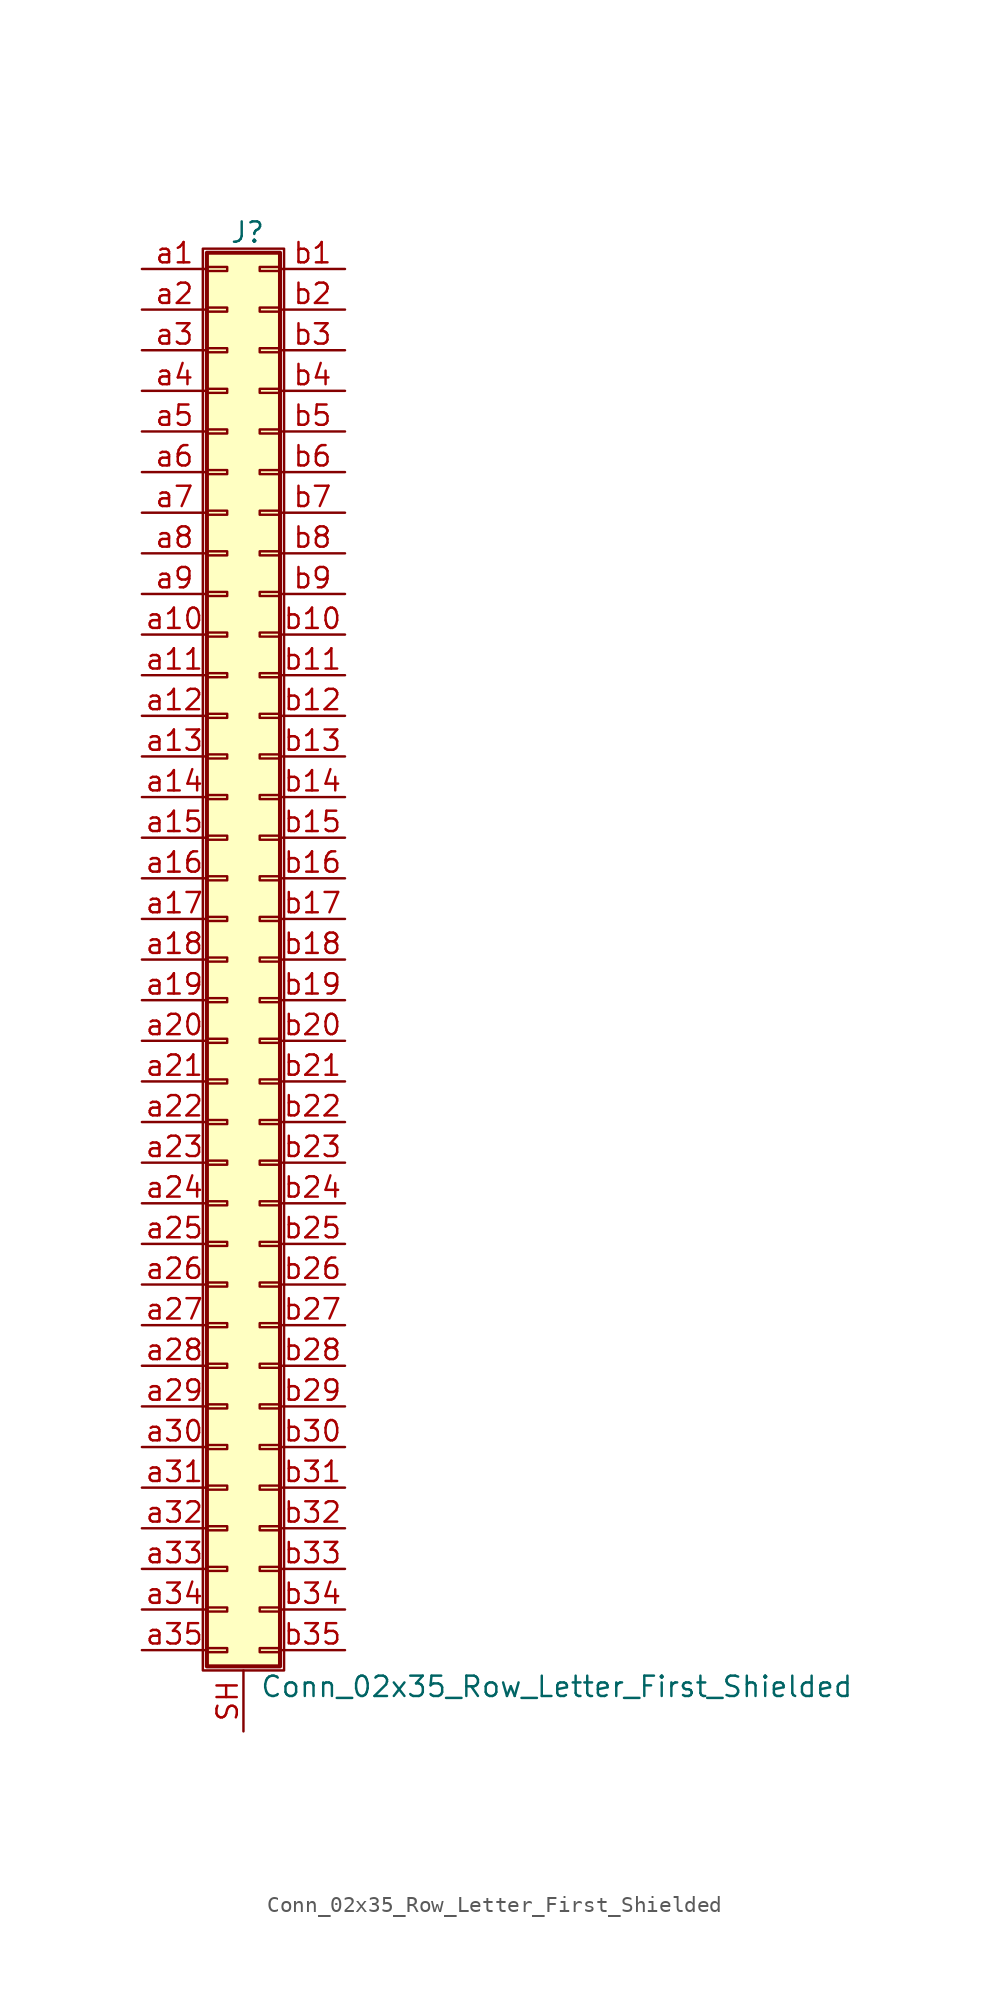
<source format=kicad_sym>
(kicad_symbol_lib
  (version 20211014)
  (generator kicad_symbol_editor)
  (symbol "Conn_02x35_Row_Letter_First_Shielded"
    (pin_names
      (offset 1.016) hide)
    (property "Reference" "J"
      (at 1.524 45.466 0)
      (effects (font (size 1.27 1.27))))
    (property "Value" "Conn_02x35_Row_Letter_First_Shielded"
      (at 2.286 -45.466 0)
      (effects (font (size 1.27 1.27)) (justify left)))
    (symbol "Conn_02x35_Row_Letter_First_Shielded_1_1"
      (rectangle (start -1.27 44.45) (end 3.81 -44.45) (stroke (width 0.152) (type default) (color 0 0 0 0)) (fill (type none)))
      (rectangle (start -1.016 -43.053) (end 0.254 -43.307) (stroke (width 0.152) (type default) (color 0 0 0 0)) (fill (type none)))
      (rectangle (start -1.016 -40.513) (end 0.254 -40.767) (stroke (width 0.152) (type default) (color 0 0 0 0)) (fill (type none)))
      (rectangle (start -1.016 -37.973) (end 0.254 -38.227) (stroke (width 0.152) (type default) (color 0 0 0 0)) (fill (type none)))
      (rectangle (start -1.016 -35.433) (end 0.254 -35.687) (stroke (width 0.152) (type default) (color 0 0 0 0)) (fill (type none)))
      (rectangle (start -1.016 -32.893) (end 0.254 -33.147) (stroke (width 0.152) (type default) (color 0 0 0 0)) (fill (type none)))
      (rectangle (start -1.016 -30.353) (end 0.254 -30.607) (stroke (width 0.152) (type default) (color 0 0 0 0)) (fill (type none)))
      (rectangle (start -1.016 -27.813) (end 0.254 -28.067) (stroke (width 0.152) (type default) (color 0 0 0 0)) (fill (type none)))
      (rectangle (start -1.016 -25.273) (end 0.254 -25.527) (stroke (width 0.152) (type default) (color 0 0 0 0)) (fill (type none)))
      (rectangle (start -1.016 -22.733) (end 0.254 -22.987) (stroke (width 0.152) (type default) (color 0 0 0 0)) (fill (type none)))
      (rectangle (start -1.016 -20.193) (end 0.254 -20.447) (stroke (width 0.152) (type default) (color 0 0 0 0)) (fill (type none)))
      (rectangle (start -1.016 -17.653) (end 0.254 -17.907) (stroke (width 0.152) (type default) (color 0 0 0 0)) (fill (type none)))
      (rectangle (start -1.016 -15.113) (end 0.254 -15.367) (stroke (width 0.152) (type default) (color 0 0 0 0)) (fill (type none)))
      (rectangle (start -1.016 -12.573) (end 0.254 -12.827) (stroke (width 0.152) (type default) (color 0 0 0 0)) (fill (type none)))
      (rectangle (start -1.016 -10.033) (end 0.254 -10.287) (stroke (width 0.152) (type default) (color 0 0 0 0)) (fill (type none)))
      (rectangle (start -1.016 -7.493) (end 0.254 -7.747) (stroke (width 0.152) (type default) (color 0 0 0 0)) (fill (type none)))
      (rectangle (start -1.016 -4.953) (end 0.254 -5.207) (stroke (width 0.152) (type default) (color 0 0 0 0)) (fill (type none)))
      (rectangle (start -1.016 -2.413) (end 0.254 -2.667) (stroke (width 0.152) (type default) (color 0 0 0 0)) (fill (type none)))
      (rectangle (start -1.016 0.127) (end 0.254 -0.127) (stroke (width 0.152) (type default) (color 0 0 0 0)) (fill (type none)))
      (rectangle (start -1.016 2.667) (end 0.254 2.413) (stroke (width 0.152) (type default) (color 0 0 0 0)) (fill (type none)))
      (rectangle (start -1.016 5.207) (end 0.254 4.953) (stroke (width 0.152) (type default) (color 0 0 0 0)) (fill (type none)))
      (rectangle (start -1.016 7.747) (end 0.254 7.493) (stroke (width 0.152) (type default) (color 0 0 0 0)) (fill (type none)))
      (rectangle (start -1.016 10.287) (end 0.254 10.033) (stroke (width 0.152) (type default) (color 0 0 0 0)) (fill (type none)))
      (rectangle (start -1.016 12.827) (end 0.254 12.573) (stroke (width 0.152) (type default) (color 0 0 0 0)) (fill (type none)))
      (rectangle (start -1.016 15.367) (end 0.254 15.113) (stroke (width 0.152) (type default) (color 0 0 0 0)) (fill (type none)))
      (rectangle (start -1.016 17.907) (end 0.254 17.653) (stroke (width 0.152) (type default) (color 0 0 0 0)) (fill (type none)))
      (rectangle (start -1.016 20.447) (end 0.254 20.193) (stroke (width 0.152) (type default) (color 0 0 0 0)) (fill (type none)))
      (rectangle (start -1.016 22.987) (end 0.254 22.733) (stroke (width 0.152) (type default) (color 0 0 0 0)) (fill (type none)))
      (rectangle (start -1.016 25.527) (end 0.254 25.273) (stroke (width 0.152) (type default) (color 0 0 0 0)) (fill (type none)))
      (rectangle (start -1.016 28.067) (end 0.254 27.813) (stroke (width 0.152) (type default) (color 0 0 0 0)) (fill (type none)))
      (rectangle (start -1.016 30.607) (end 0.254 30.353) (stroke (width 0.152) (type default) (color 0 0 0 0)) (fill (type none)))
      (rectangle (start -1.016 33.147) (end 0.254 32.893) (stroke (width 0.152) (type default) (color 0 0 0 0)) (fill (type none)))
      (rectangle (start -1.016 35.687) (end 0.254 35.433) (stroke (width 0.152) (type default) (color 0 0 0 0)) (fill (type none)))
      (rectangle (start -1.016 38.227) (end 0.254 37.973) (stroke (width 0.152) (type default) (color 0 0 0 0)) (fill (type none)))
      (rectangle (start -1.016 40.767) (end 0.254 40.513) (stroke (width 0.152) (type default) (color 0 0 0 0)) (fill (type none)))
      (rectangle (start -1.016 43.307) (end 0.254 43.053) (stroke (width 0.152) (type default) (color 0 0 0 0)) (fill (type none)))
      (rectangle (start -1.016 44.196) (end 3.556 -44.196) (stroke (width 0.254) (type default) (color 0 0 0 0)) (fill (type background)))
      (rectangle (start 3.556 -43.053) (end 2.286 -43.307) (stroke (width 0.152) (type default) (color 0 0 0 0)) (fill (type none)))
      (rectangle (start 3.556 -40.513) (end 2.286 -40.767) (stroke (width 0.152) (type default) (color 0 0 0 0)) (fill (type none)))
      (rectangle (start 3.556 -37.973) (end 2.286 -38.227) (stroke (width 0.152) (type default) (color 0 0 0 0)) (fill (type none)))
      (rectangle (start 3.556 -35.433) (end 2.286 -35.687) (stroke (width 0.152) (type default) (color 0 0 0 0)) (fill (type none)))
      (rectangle (start 3.556 -32.893) (end 2.286 -33.147) (stroke (width 0.152) (type default) (color 0 0 0 0)) (fill (type none)))
      (rectangle (start 3.556 -30.353) (end 2.286 -30.607) (stroke (width 0.152) (type default) (color 0 0 0 0)) (fill (type none)))
      (rectangle (start 3.556 -27.813) (end 2.286 -28.067) (stroke (width 0.152) (type default) (color 0 0 0 0)) (fill (type none)))
      (rectangle (start 3.556 -25.273) (end 2.286 -25.527) (stroke (width 0.152) (type default) (color 0 0 0 0)) (fill (type none)))
      (rectangle (start 3.556 -22.733) (end 2.286 -22.987) (stroke (width 0.152) (type default) (color 0 0 0 0)) (fill (type none)))
      (rectangle (start 3.556 -20.193) (end 2.286 -20.447) (stroke (width 0.152) (type default) (color 0 0 0 0)) (fill (type none)))
      (rectangle (start 3.556 -17.653) (end 2.286 -17.907) (stroke (width 0.152) (type default) (color 0 0 0 0)) (fill (type none)))
      (rectangle (start 3.556 -15.113) (end 2.286 -15.367) (stroke (width 0.152) (type default) (color 0 0 0 0)) (fill (type none)))
      (rectangle (start 3.556 -12.573) (end 2.286 -12.827) (stroke (width 0.152) (type default) (color 0 0 0 0)) (fill (type none)))
      (rectangle (start 3.556 -10.033) (end 2.286 -10.287) (stroke (width 0.152) (type default) (color 0 0 0 0)) (fill (type none)))
      (rectangle (start 3.556 -7.493) (end 2.286 -7.747) (stroke (width 0.152) (type default) (color 0 0 0 0)) (fill (type none)))
      (rectangle (start 3.556 -4.953) (end 2.286 -5.207) (stroke (width 0.152) (type default) (color 0 0 0 0)) (fill (type none)))
      (rectangle (start 3.556 -2.413) (end 2.286 -2.667) (stroke (width 0.152) (type default) (color 0 0 0 0)) (fill (type none)))
      (rectangle (start 3.556 0.127) (end 2.286 -0.127) (stroke (width 0.152) (type default) (color 0 0 0 0)) (fill (type none)))
      (rectangle (start 3.556 2.667) (end 2.286 2.413) (stroke (width 0.152) (type default) (color 0 0 0 0)) (fill (type none)))
      (rectangle (start 3.556 5.207) (end 2.286 4.953) (stroke (width 0.152) (type default) (color 0 0 0 0)) (fill (type none)))
      (rectangle (start 3.556 7.747) (end 2.286 7.493) (stroke (width 0.152) (type default) (color 0 0 0 0)) (fill (type none)))
      (rectangle (start 3.556 10.287) (end 2.286 10.033) (stroke (width 0.152) (type default) (color 0 0 0 0)) (fill (type none)))
      (rectangle (start 3.556 12.827) (end 2.286 12.573) (stroke (width 0.152) (type default) (color 0 0 0 0)) (fill (type none)))
      (rectangle (start 3.556 15.367) (end 2.286 15.113) (stroke (width 0.152) (type default) (color 0 0 0 0)) (fill (type none)))
      (rectangle (start 3.556 17.907) (end 2.286 17.653) (stroke (width 0.152) (type default) (color 0 0 0 0)) (fill (type none)))
      (rectangle (start 3.556 20.447) (end 2.286 20.193) (stroke (width 0.152) (type default) (color 0 0 0 0)) (fill (type none)))
      (rectangle (start 3.556 22.987) (end 2.286 22.733) (stroke (width 0.152) (type default) (color 0 0 0 0)) (fill (type none)))
      (rectangle (start 3.556 25.527) (end 2.286 25.273) (stroke (width 0.152) (type default) (color 0 0 0 0)) (fill (type none)))
      (rectangle (start 3.556 28.067) (end 2.286 27.813) (stroke (width 0.152) (type default) (color 0 0 0 0)) (fill (type none)))
      (rectangle (start 3.556 30.607) (end 2.286 30.353) (stroke (width 0.152) (type default) (color 0 0 0 0)) (fill (type none)))
      (rectangle (start 3.556 33.147) (end 2.286 32.893) (stroke (width 0.152) (type default) (color 0 0 0 0)) (fill (type none)))
      (rectangle (start 3.556 35.687) (end 2.286 35.433) (stroke (width 0.152) (type default) (color 0 0 0 0)) (fill (type none)))
      (rectangle (start 3.556 38.227) (end 2.286 37.973) (stroke (width 0.152) (type default) (color 0 0 0 0)) (fill (type none)))
      (rectangle (start 3.556 40.767) (end 2.286 40.513) (stroke (width 0.152) (type default) (color 0 0 0 0)) (fill (type none)))
      (rectangle (start 3.556 43.307) (end 2.286 43.053) (stroke (width 0.152) (type default) (color 0 0 0 0)) (fill (type none)))
      (pin passive line (at 1.27 -48.26 90) (length 3.81) (name "Shield" (effects (font (size 1.27 1.27)))) (number "SH" (effects (font (size 1.27 1.27)))))
      (pin passive line (at -5.08 43.18 0) (length 4.064) (name "Pin_a1" (effects (font (size 1.27 1.27)))) (number "a1" (effects (font (size 1.27 1.27)))))
      (pin passive line (at -5.08 20.32 0) (length 4.064) (name "Pin_a10" (effects (font (size 1.27 1.27)))) (number "a10" (effects (font (size 1.27 1.27)))))
      (pin passive line (at -5.08 17.78 0) (length 4.064) (name "Pin_a11" (effects (font (size 1.27 1.27)))) (number "a11" (effects (font (size 1.27 1.27)))))
      (pin passive line (at -5.08 15.24 0) (length 4.064) (name "Pin_a12" (effects (font (size 1.27 1.27)))) (number "a12" (effects (font (size 1.27 1.27)))))
      (pin passive line (at -5.08 12.7 0) (length 4.064) (name "Pin_a13" (effects (font (size 1.27 1.27)))) (number "a13" (effects (font (size 1.27 1.27)))))
      (pin passive line (at -5.08 10.16 0) (length 4.064) (name "Pin_a14" (effects (font (size 1.27 1.27)))) (number "a14" (effects (font (size 1.27 1.27)))))
      (pin passive line (at -5.08 7.62 0) (length 4.064) (name "Pin_a15" (effects (font (size 1.27 1.27)))) (number "a15" (effects (font (size 1.27 1.27)))))
      (pin passive line (at -5.08 5.08 0) (length 4.064) (name "Pin_a16" (effects (font (size 1.27 1.27)))) (number "a16" (effects (font (size 1.27 1.27)))))
      (pin passive line (at -5.08 2.54 0) (length 4.064) (name "Pin_a17" (effects (font (size 1.27 1.27)))) (number "a17" (effects (font (size 1.27 1.27)))))
      (pin passive line (at -5.08 0 0) (length 4.064) (name "Pin_a18" (effects (font (size 1.27 1.27)))) (number "a18" (effects (font (size 1.27 1.27)))))
      (pin passive line (at -5.08 -2.54 0) (length 4.064) (name "Pin_a19" (effects (font (size 1.27 1.27)))) (number "a19" (effects (font (size 1.27 1.27)))))
      (pin passive line (at -5.08 40.64 0) (length 4.064) (name "Pin_a2" (effects (font (size 1.27 1.27)))) (number "a2" (effects (font (size 1.27 1.27)))))
      (pin passive line (at -5.08 -5.08 0) (length 4.064) (name "Pin_a20" (effects (font (size 1.27 1.27)))) (number "a20" (effects (font (size 1.27 1.27)))))
      (pin passive line (at -5.08 -7.62 0) (length 4.064) (name "Pin_a21" (effects (font (size 1.27 1.27)))) (number "a21" (effects (font (size 1.27 1.27)))))
      (pin passive line (at -5.08 -10.16 0) (length 4.064) (name "Pin_a22" (effects (font (size 1.27 1.27)))) (number "a22" (effects (font (size 1.27 1.27)))))
      (pin passive line (at -5.08 -12.7 0) (length 4.064) (name "Pin_a23" (effects (font (size 1.27 1.27)))) (number "a23" (effects (font (size 1.27 1.27)))))
      (pin passive line (at -5.08 -15.24 0) (length 4.064) (name "Pin_a24" (effects (font (size 1.27 1.27)))) (number "a24" (effects (font (size 1.27 1.27)))))
      (pin passive line (at -5.08 -17.78 0) (length 4.064) (name "Pin_a25" (effects (font (size 1.27 1.27)))) (number "a25" (effects (font (size 1.27 1.27)))))
      (pin passive line (at -5.08 -20.32 0) (length 4.064) (name "Pin_a26" (effects (font (size 1.27 1.27)))) (number "a26" (effects (font (size 1.27 1.27)))))
      (pin passive line (at -5.08 -22.86 0) (length 4.064) (name "Pin_a27" (effects (font (size 1.27 1.27)))) (number "a27" (effects (font (size 1.27 1.27)))))
      (pin passive line (at -5.08 -25.4 0) (length 4.064) (name "Pin_a28" (effects (font (size 1.27 1.27)))) (number "a28" (effects (font (size 1.27 1.27)))))
      (pin passive line (at -5.08 -27.94 0) (length 4.064) (name "Pin_a29" (effects (font (size 1.27 1.27)))) (number "a29" (effects (font (size 1.27 1.27)))))
      (pin passive line (at -5.08 38.1 0) (length 4.064) (name "Pin_a3" (effects (font (size 1.27 1.27)))) (number "a3" (effects (font (size 1.27 1.27)))))
      (pin passive line (at -5.08 -30.48 0) (length 4.064) (name "Pin_a30" (effects (font (size 1.27 1.27)))) (number "a30" (effects (font (size 1.27 1.27)))))
      (pin passive line (at -5.08 -33.02 0) (length 4.064) (name "Pin_a31" (effects (font (size 1.27 1.27)))) (number "a31" (effects (font (size 1.27 1.27)))))
      (pin passive line (at -5.08 -35.56 0) (length 4.064) (name "Pin_a32" (effects (font (size 1.27 1.27)))) (number "a32" (effects (font (size 1.27 1.27)))))
      (pin passive line (at -5.08 -38.1 0) (length 4.064) (name "Pin_a33" (effects (font (size 1.27 1.27)))) (number "a33" (effects (font (size 1.27 1.27)))))
      (pin passive line (at -5.08 -40.64 0) (length 4.064) (name "Pin_a34" (effects (font (size 1.27 1.27)))) (number "a34" (effects (font (size 1.27 1.27)))))
      (pin passive line (at -5.08 -43.18 0) (length 4.064) (name "Pin_a35" (effects (font (size 1.27 1.27)))) (number "a35" (effects (font (size 1.27 1.27)))))
      (pin passive line (at -5.08 35.56 0) (length 4.064) (name "Pin_a4" (effects (font (size 1.27 1.27)))) (number "a4" (effects (font (size 1.27 1.27)))))
      (pin passive line (at -5.08 33.02 0) (length 4.064) (name "Pin_a5" (effects (font (size 1.27 1.27)))) (number "a5" (effects (font (size 1.27 1.27)))))
      (pin passive line (at -5.08 30.48 0) (length 4.064) (name "Pin_a6" (effects (font (size 1.27 1.27)))) (number "a6" (effects (font (size 1.27 1.27)))))
      (pin passive line (at -5.08 27.94 0) (length 4.064) (name "Pin_a7" (effects (font (size 1.27 1.27)))) (number "a7" (effects (font (size 1.27 1.27)))))
      (pin passive line (at -5.08 25.4 0) (length 4.064) (name "Pin_a8" (effects (font (size 1.27 1.27)))) (number "a8" (effects (font (size 1.27 1.27)))))
      (pin passive line (at -5.08 22.86 0) (length 4.064) (name "Pin_a9" (effects (font (size 1.27 1.27)))) (number "a9" (effects (font (size 1.27 1.27)))))
      (pin passive line (at 7.62 43.18 180) (length 4.064) (name "Pin_b1" (effects (font (size 1.27 1.27)))) (number "b1" (effects (font (size 1.27 1.27)))))
      (pin passive line (at 7.62 20.32 180) (length 4.064) (name "Pin_b10" (effects (font (size 1.27 1.27)))) (number "b10" (effects (font (size 1.27 1.27)))))
      (pin passive line (at 7.62 17.78 180) (length 4.064) (name "Pin_b11" (effects (font (size 1.27 1.27)))) (number "b11" (effects (font (size 1.27 1.27)))))
      (pin passive line (at 7.62 15.24 180) (length 4.064) (name "Pin_b12" (effects (font (size 1.27 1.27)))) (number "b12" (effects (font (size 1.27 1.27)))))
      (pin passive line (at 7.62 12.7 180) (length 4.064) (name "Pin_b13" (effects (font (size 1.27 1.27)))) (number "b13" (effects (font (size 1.27 1.27)))))
      (pin passive line (at 7.62 10.16 180) (length 4.064) (name "Pin_b14" (effects (font (size 1.27 1.27)))) (number "b14" (effects (font (size 1.27 1.27)))))
      (pin passive line (at 7.62 7.62 180) (length 4.064) (name "Pin_b15" (effects (font (size 1.27 1.27)))) (number "b15" (effects (font (size 1.27 1.27)))))
      (pin passive line (at 7.62 5.08 180) (length 4.064) (name "Pin_b16" (effects (font (size 1.27 1.27)))) (number "b16" (effects (font (size 1.27 1.27)))))
      (pin passive line (at 7.62 2.54 180) (length 4.064) (name "Pin_b17" (effects (font (size 1.27 1.27)))) (number "b17" (effects (font (size 1.27 1.27)))))
      (pin passive line (at 7.62 0 180) (length 4.064) (name "Pin_b18" (effects (font (size 1.27 1.27)))) (number "b18" (effects (font (size 1.27 1.27)))))
      (pin passive line (at 7.62 -2.54 180) (length 4.064) (name "Pin_b19" (effects (font (size 1.27 1.27)))) (number "b19" (effects (font (size 1.27 1.27)))))
      (pin passive line (at 7.62 40.64 180) (length 4.064) (name "Pin_b2" (effects (font (size 1.27 1.27)))) (number "b2" (effects (font (size 1.27 1.27)))))
      (pin passive line (at 7.62 -5.08 180) (length 4.064) (name "Pin_b20" (effects (font (size 1.27 1.27)))) (number "b20" (effects (font (size 1.27 1.27)))))
      (pin passive line (at 7.62 -7.62 180) (length 4.064) (name "Pin_b21" (effects (font (size 1.27 1.27)))) (number "b21" (effects (font (size 1.27 1.27)))))
      (pin passive line (at 7.62 -10.16 180) (length 4.064) (name "Pin_b22" (effects (font (size 1.27 1.27)))) (number "b22" (effects (font (size 1.27 1.27)))))
      (pin passive line (at 7.62 -12.7 180) (length 4.064) (name "Pin_b23" (effects (font (size 1.27 1.27)))) (number "b23" (effects (font (size 1.27 1.27)))))
      (pin passive line (at 7.62 -15.24 180) (length 4.064) (name "Pin_b24" (effects (font (size 1.27 1.27)))) (number "b24" (effects (font (size 1.27 1.27)))))
      (pin passive line (at 7.62 -17.78 180) (length 4.064) (name "Pin_b25" (effects (font (size 1.27 1.27)))) (number "b25" (effects (font (size 1.27 1.27)))))
      (pin passive line (at 7.62 -20.32 180) (length 4.064) (name "Pin_b26" (effects (font (size 1.27 1.27)))) (number "b26" (effects (font (size 1.27 1.27)))))
      (pin passive line (at 7.62 -22.86 180) (length 4.064) (name "Pin_b27" (effects (font (size 1.27 1.27)))) (number "b27" (effects (font (size 1.27 1.27)))))
      (pin passive line (at 7.62 -25.4 180) (length 4.064) (name "Pin_b28" (effects (font (size 1.27 1.27)))) (number "b28" (effects (font (size 1.27 1.27)))))
      (pin passive line (at 7.62 -27.94 180) (length 4.064) (name "Pin_b29" (effects (font (size 1.27 1.27)))) (number "b29" (effects (font (size 1.27 1.27)))))
      (pin passive line (at 7.62 38.1 180) (length 4.064) (name "Pin_b3" (effects (font (size 1.27 1.27)))) (number "b3" (effects (font (size 1.27 1.27)))))
      (pin passive line (at 7.62 -30.48 180) (length 4.064) (name "Pin_b30" (effects (font (size 1.27 1.27)))) (number "b30" (effects (font (size 1.27 1.27)))))
      (pin passive line (at 7.62 -33.02 180) (length 4.064) (name "Pin_b31" (effects (font (size 1.27 1.27)))) (number "b31" (effects (font (size 1.27 1.27)))))
      (pin passive line (at 7.62 -35.56 180) (length 4.064) (name "Pin_b32" (effects (font (size 1.27 1.27)))) (number "b32" (effects (font (size 1.27 1.27)))))
      (pin passive line (at 7.62 -38.1 180) (length 4.064) (name "Pin_b33" (effects (font (size 1.27 1.27)))) (number "b33" (effects (font (size 1.27 1.27)))))
      (pin passive line (at 7.62 -40.64 180) (length 4.064) (name "Pin_b34" (effects (font (size 1.27 1.27)))) (number "b34" (effects (font (size 1.27 1.27)))))
      (pin passive line (at 7.62 -43.18 180) (length 4.064) (name "Pin_b35" (effects (font (size 1.27 1.27)))) (number "b35" (effects (font (size 1.27 1.27)))))
      (pin passive line (at 7.62 35.56 180) (length 4.064) (name "Pin_b4" (effects (font (size 1.27 1.27)))) (number "b4" (effects (font (size 1.27 1.27)))))
      (pin passive line (at 7.62 33.02 180) (length 4.064) (name "Pin_b5" (effects (font (size 1.27 1.27)))) (number "b5" (effects (font (size 1.27 1.27)))))
      (pin passive line (at 7.62 30.48 180) (length 4.064) (name "Pin_b6" (effects (font (size 1.27 1.27)))) (number "b6" (effects (font (size 1.27 1.27)))))
      (pin passive line (at 7.62 27.94 180) (length 4.064) (name "Pin_b7" (effects (font (size 1.27 1.27)))) (number "b7" (effects (font (size 1.27 1.27)))))
      (pin passive line (at 7.62 25.4 180) (length 4.064) (name "Pin_b8" (effects (font (size 1.27 1.27)))) (number "b8" (effects (font (size 1.27 1.27)))))
      (pin passive line (at 7.62 22.86 180) (length 4.064) (name "Pin_b9" (effects (font (size 1.27 1.27)))) (number "b9" (effects (font (size 1.27 1.27))))))))
</source>
